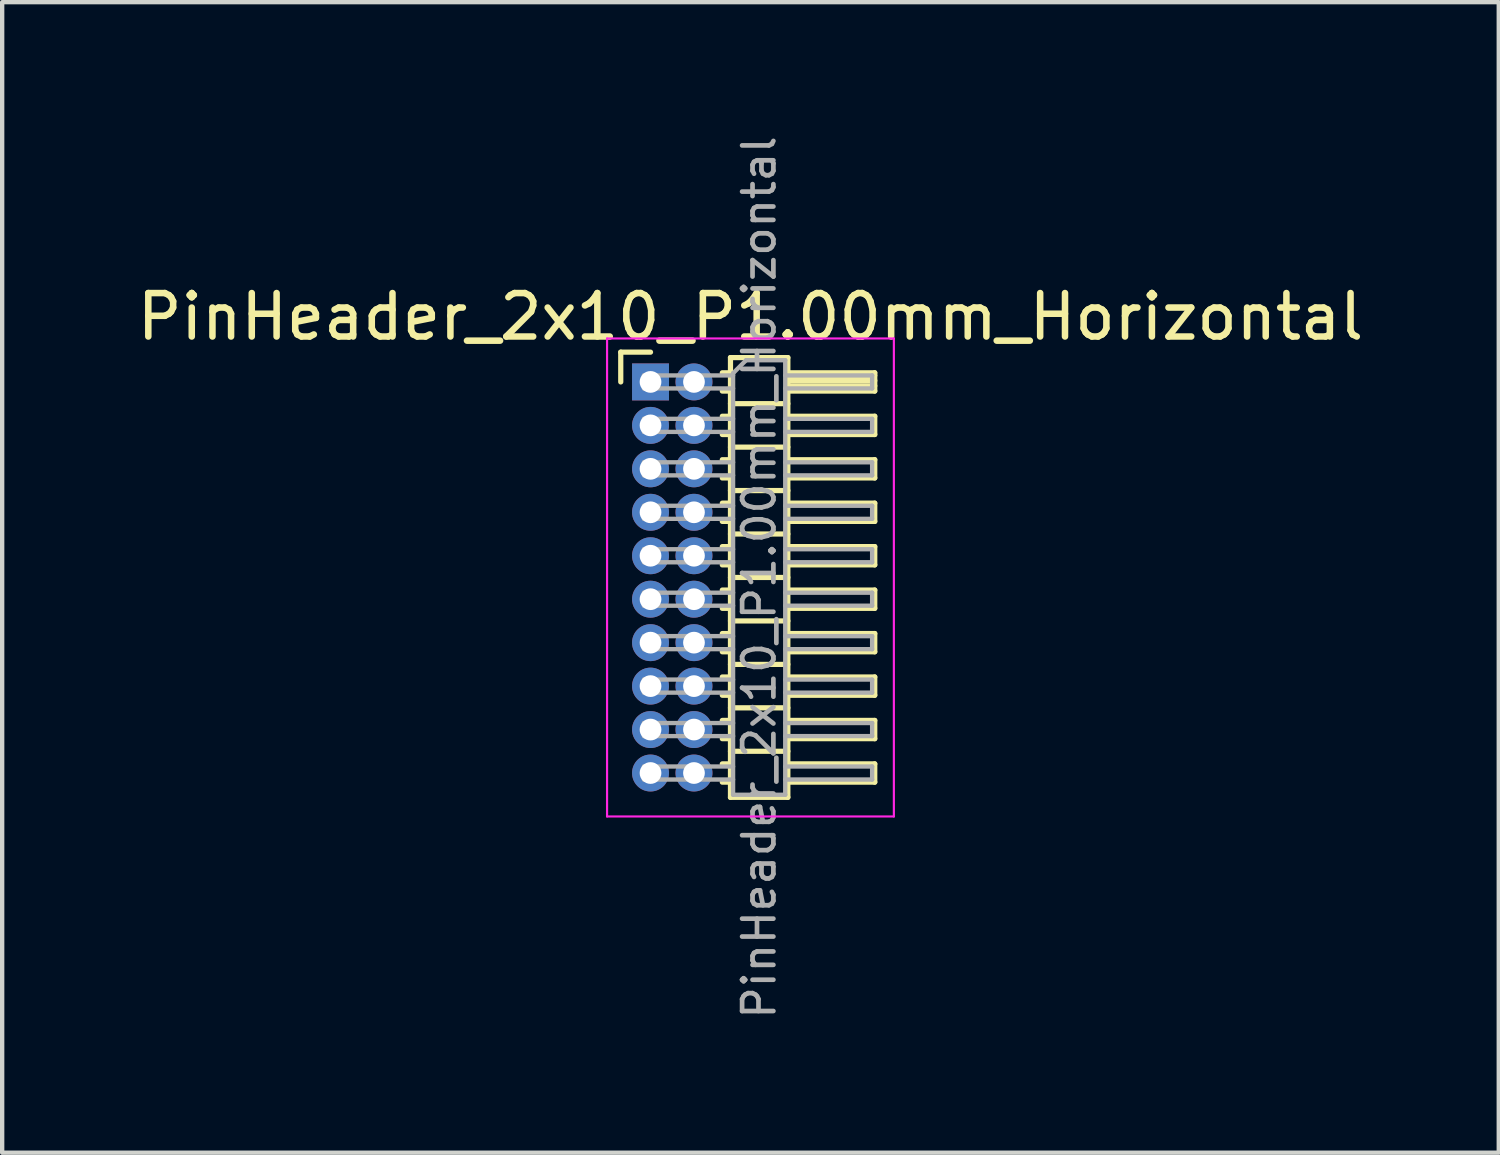
<source format=kicad_pcb>
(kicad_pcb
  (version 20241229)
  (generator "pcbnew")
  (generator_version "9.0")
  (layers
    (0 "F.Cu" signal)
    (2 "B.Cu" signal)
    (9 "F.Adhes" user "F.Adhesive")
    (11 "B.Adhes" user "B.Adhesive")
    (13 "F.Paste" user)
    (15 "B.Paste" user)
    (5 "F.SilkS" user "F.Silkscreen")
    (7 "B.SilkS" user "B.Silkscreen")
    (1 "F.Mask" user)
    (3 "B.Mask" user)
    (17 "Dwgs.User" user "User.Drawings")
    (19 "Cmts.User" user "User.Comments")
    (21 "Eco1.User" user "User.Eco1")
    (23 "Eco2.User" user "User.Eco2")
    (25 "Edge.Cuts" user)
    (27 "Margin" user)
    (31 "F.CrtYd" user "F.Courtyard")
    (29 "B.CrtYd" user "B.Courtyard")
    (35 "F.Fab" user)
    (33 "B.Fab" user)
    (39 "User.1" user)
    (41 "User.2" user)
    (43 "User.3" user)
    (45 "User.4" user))
  (footprint "PinHeader_2x10_P1.00mm_Horizontal"
    (layer "F.Cu")
    (at 11.92 5.739)
    (property "Reference" "PinHeader_2x10_P1.00mm_Horizontal" (at 2.3 -1.5 0) (layer "F.SilkS") (effects (font (size 1 1) (thickness 0.15))))
    (attr through_hole)
    (fp_line (start -0.685 -0.685) (end 0 -0.685) (stroke (width 0.12) (type solid)) (layer "F.SilkS"))
    (fp_line (start -0.685 0) (end -0.685 -0.685) (stroke (width 0.12) (type solid)) (layer "F.SilkS"))
    (fp_line (start 1.652 -0.21) (end 1.84 -0.21) (stroke (width 0.12) (type solid)) (layer "F.SilkS"))
    (fp_line (start 1.652 0.21) (end 1.84 0.21) (stroke (width 0.12) (type solid)) (layer "F.SilkS"))
    (fp_line (start 1.652 0.79) (end 1.84 0.79) (stroke (width 0.12) (type solid)) (layer "F.SilkS"))
    (fp_line (start 1.652 1.21) (end 1.84 1.21) (stroke (width 0.12) (type solid)) (layer "F.SilkS"))
    (fp_line (start 1.652 1.79) (end 1.84 1.79) (stroke (width 0.12) (type solid)) (layer "F.SilkS"))
    (fp_line (start 1.652 2.21) (end 1.84 2.21) (stroke (width 0.12) (type solid)) (layer "F.SilkS"))
    (fp_line (start 1.652 2.79) (end 1.84 2.79) (stroke (width 0.12) (type solid)) (layer "F.SilkS"))
    (fp_line (start 1.652 3.21) (end 1.84 3.21) (stroke (width 0.12) (type solid)) (layer "F.SilkS"))
    (fp_line (start 1.652 3.79) (end 1.84 3.79) (stroke (width 0.12) (type solid)) (layer "F.SilkS"))
    (fp_line (start 1.652 4.21) (end 1.84 4.21) (stroke (width 0.12) (type solid)) (layer "F.SilkS"))
    (fp_line (start 1.652 4.79) (end 1.84 4.79) (stroke (width 0.12) (type solid)) (layer "F.SilkS"))
    (fp_line (start 1.652 5.21) (end 1.84 5.21) (stroke (width 0.12) (type solid)) (layer "F.SilkS"))
    (fp_line (start 1.652 5.79) (end 1.84 5.79) (stroke (width 0.12) (type solid)) (layer "F.SilkS"))
    (fp_line (start 1.652 6.21) (end 1.84 6.21) (stroke (width 0.12) (type solid)) (layer "F.SilkS"))
    (fp_line (start 1.652 6.79) (end 1.84 6.79) (stroke (width 0.12) (type solid)) (layer "F.SilkS"))
    (fp_line (start 1.652 7.21) (end 1.84 7.21) (stroke (width 0.12) (type solid)) (layer "F.SilkS"))
    (fp_line (start 1.652 7.79) (end 1.84 7.79) (stroke (width 0.12) (type solid)) (layer "F.SilkS"))
    (fp_line (start 1.652 8.21) (end 1.84 8.21) (stroke (width 0.12) (type solid)) (layer "F.SilkS"))
    (fp_line (start 1.652 8.79) (end 1.84 8.79) (stroke (width 0.12) (type solid)) (layer "F.SilkS"))
    (fp_line (start 1.652 9.21) (end 1.84 9.21) (stroke (width 0.12) (type solid)) (layer "F.SilkS"))
    (fp_line (start 1.84 -0.56) (end 1.84 9.56) (stroke (width 0.12) (type solid)) (layer "F.SilkS"))
    (fp_line (start 1.84 0.5) (end 3.16 0.5) (stroke (width 0.12) (type solid)) (layer "F.SilkS"))
    (fp_line (start 1.84 1.5) (end 3.16 1.5) (stroke (width 0.12) (type solid)) (layer "F.SilkS"))
    (fp_line (start 1.84 2.5) (end 3.16 2.5) (stroke (width 0.12) (type solid)) (layer "F.SilkS"))
    (fp_line (start 1.84 3.5) (end 3.16 3.5) (stroke (width 0.12) (type solid)) (layer "F.SilkS"))
    (fp_line (start 1.84 4.5) (end 3.16 4.5) (stroke (width 0.12) (type solid)) (layer "F.SilkS"))
    (fp_line (start 1.84 5.5) (end 3.16 5.5) (stroke (width 0.12) (type solid)) (layer "F.SilkS"))
    (fp_line (start 1.84 6.5) (end 3.16 6.5) (stroke (width 0.12) (type solid)) (layer "F.SilkS"))
    (fp_line (start 1.84 7.5) (end 3.16 7.5) (stroke (width 0.12) (type solid)) (layer "F.SilkS"))
    (fp_line (start 1.84 8.5) (end 3.16 8.5) (stroke (width 0.12) (type solid)) (layer "F.SilkS"))
    (fp_line (start 1.84 9.56) (end 3.16 9.56) (stroke (width 0.12) (type solid)) (layer "F.SilkS"))
    (fp_line (start 3.16 -0.56) (end 1.84 -0.56) (stroke (width 0.12) (type solid)) (layer "F.SilkS"))
    (fp_line (start 3.16 -0.21) (end 5.16 -0.21) (stroke (width 0.12) (type solid)) (layer "F.SilkS"))
    (fp_line (start 3.16 -0.15) (end 5.16 -0.15) (stroke (width 0.12) (type solid)) (layer "F.SilkS"))
    (fp_line (start 3.16 -0.03) (end 5.16 -0.03) (stroke (width 0.12) (type solid)) (layer "F.SilkS"))
    (fp_line (start 3.16 0.09) (end 5.16 0.09) (stroke (width 0.12) (type solid)) (layer "F.SilkS"))
    (fp_line (start 3.16 0.79) (end 5.16 0.79) (stroke (width 0.12) (type solid)) (layer "F.SilkS"))
    (fp_line (start 3.16 1.79) (end 5.16 1.79) (stroke (width 0.12) (type solid)) (layer "F.SilkS"))
    (fp_line (start 3.16 2.79) (end 5.16 2.79) (stroke (width 0.12) (type solid)) (layer "F.SilkS"))
    (fp_line (start 3.16 3.79) (end 5.16 3.79) (stroke (width 0.12) (type solid)) (layer "F.SilkS"))
    (fp_line (start 3.16 4.79) (end 5.16 4.79) (stroke (width 0.12) (type solid)) (layer "F.SilkS"))
    (fp_line (start 3.16 5.79) (end 5.16 5.79) (stroke (width 0.12) (type solid)) (layer "F.SilkS"))
    (fp_line (start 3.16 6.79) (end 5.16 6.79) (stroke (width 0.12) (type solid)) (layer "F.SilkS"))
    (fp_line (start 3.16 7.79) (end 5.16 7.79) (stroke (width 0.12) (type solid)) (layer "F.SilkS"))
    (fp_line (start 3.16 8.79) (end 5.16 8.79) (stroke (width 0.12) (type solid)) (layer "F.SilkS"))
    (fp_line (start 3.16 9.56) (end 3.16 -0.56) (stroke (width 0.12) (type solid)) (layer "F.SilkS"))
    (fp_line (start 5.16 -0.21) (end 5.16 0.21) (stroke (width 0.12) (type solid)) (layer "F.SilkS"))
    (fp_line (start 5.16 0.21) (end 3.16 0.21) (stroke (width 0.12) (type solid)) (layer "F.SilkS"))
    (fp_line (start 5.16 0.79) (end 5.16 1.21) (stroke (width 0.12) (type solid)) (layer "F.SilkS"))
    (fp_line (start 5.16 1.21) (end 3.16 1.21) (stroke (width 0.12) (type solid)) (layer "F.SilkS"))
    (fp_line (start 5.16 1.79) (end 5.16 2.21) (stroke (width 0.12) (type solid)) (layer "F.SilkS"))
    (fp_line (start 5.16 2.21) (end 3.16 2.21) (stroke (width 0.12) (type solid)) (layer "F.SilkS"))
    (fp_line (start 5.16 2.79) (end 5.16 3.21) (stroke (width 0.12) (type solid)) (layer "F.SilkS"))
    (fp_line (start 5.16 3.21) (end 3.16 3.21) (stroke (width 0.12) (type solid)) (layer "F.SilkS"))
    (fp_line (start 5.16 3.79) (end 5.16 4.21) (stroke (width 0.12) (type solid)) (layer "F.SilkS"))
    (fp_line (start 5.16 4.21) (end 3.16 4.21) (stroke (width 0.12) (type solid)) (layer "F.SilkS"))
    (fp_line (start 5.16 4.79) (end 5.16 5.21) (stroke (width 0.12) (type solid)) (layer "F.SilkS"))
    (fp_line (start 5.16 5.21) (end 3.16 5.21) (stroke (width 0.12) (type solid)) (layer "F.SilkS"))
    (fp_line (start 5.16 5.79) (end 5.16 6.21) (stroke (width 0.12) (type solid)) (layer "F.SilkS"))
    (fp_line (start 5.16 6.21) (end 3.16 6.21) (stroke (width 0.12) (type solid)) (layer "F.SilkS"))
    (fp_line (start 5.16 6.79) (end 5.16 7.21) (stroke (width 0.12) (type solid)) (layer "F.SilkS"))
    (fp_line (start 5.16 7.21) (end 3.16 7.21) (stroke (width 0.12) (type solid)) (layer "F.SilkS"))
    (fp_line (start 5.16 7.79) (end 5.16 8.21) (stroke (width 0.12) (type solid)) (layer "F.SilkS"))
    (fp_line (start 5.16 8.21) (end 3.16 8.21) (stroke (width 0.12) (type solid)) (layer "F.SilkS"))
    (fp_line (start 5.16 8.79) (end 5.16 9.21) (stroke (width 0.12) (type solid)) (layer "F.SilkS"))
    (fp_line (start 5.16 9.21) (end 3.16 9.21) (stroke (width 0.12) (type solid)) (layer "F.SilkS"))
    (fp_line (start -1 -1) (end -1 10) (stroke (width 0.05) (type solid)) (layer "F.CrtYd"))
    (fp_line (start -1 10) (end 5.6 10) (stroke (width 0.05) (type solid)) (layer "F.CrtYd"))
    (fp_line (start 5.6 -1) (end -1 -1) (stroke (width 0.05) (type solid)) (layer "F.CrtYd"))
    (fp_line (start 5.6 10) (end 5.6 -1) (stroke (width 0.05) (type solid)) (layer "F.CrtYd"))
    (fp_line (start -0.15 -0.15) (end -0.15 0.15) (stroke (width 0.1) (type solid)) (layer "F.Fab"))
    (fp_line (start -0.15 -0.15) (end 1.9 -0.15) (stroke (width 0.1) (type solid)) (layer "F.Fab"))
    (fp_line (start -0.15 0.15) (end 1.9 0.15) (stroke (width 0.1) (type solid)) (layer "F.Fab"))
    (fp_line (start -0.15 0.85) (end -0.15 1.15) (stroke (width 0.1) (type solid)) (layer "F.Fab"))
    (fp_line (start -0.15 0.85) (end 1.9 0.85) (stroke (width 0.1) (type solid)) (layer "F.Fab"))
    (fp_line (start -0.15 1.15) (end 1.9 1.15) (stroke (width 0.1) (type solid)) (layer "F.Fab"))
    (fp_line (start -0.15 1.85) (end -0.15 2.15) (stroke (width 0.1) (type solid)) (layer "F.Fab"))
    (fp_line (start -0.15 1.85) (end 1.9 1.85) (stroke (width 0.1) (type solid)) (layer "F.Fab"))
    (fp_line (start -0.15 2.15) (end 1.9 2.15) (stroke (width 0.1) (type solid)) (layer "F.Fab"))
    (fp_line (start -0.15 2.85) (end -0.15 3.15) (stroke (width 0.1) (type solid)) (layer "F.Fab"))
    (fp_line (start -0.15 2.85) (end 1.9 2.85) (stroke (width 0.1) (type solid)) (layer "F.Fab"))
    (fp_line (start -0.15 3.15) (end 1.9 3.15) (stroke (width 0.1) (type solid)) (layer "F.Fab"))
    (fp_line (start -0.15 3.85) (end -0.15 4.15) (stroke (width 0.1) (type solid)) (layer "F.Fab"))
    (fp_line (start -0.15 3.85) (end 1.9 3.85) (stroke (width 0.1) (type solid)) (layer "F.Fab"))
    (fp_line (start -0.15 4.15) (end 1.9 4.15) (stroke (width 0.1) (type solid)) (layer "F.Fab"))
    (fp_line (start -0.15 4.85) (end -0.15 5.15) (stroke (width 0.1) (type solid)) (layer "F.Fab"))
    (fp_line (start -0.15 4.85) (end 1.9 4.85) (stroke (width 0.1) (type solid)) (layer "F.Fab"))
    (fp_line (start -0.15 5.15) (end 1.9 5.15) (stroke (width 0.1) (type solid)) (layer "F.Fab"))
    (fp_line (start -0.15 5.85) (end -0.15 6.15) (stroke (width 0.1) (type solid)) (layer "F.Fab"))
    (fp_line (start -0.15 5.85) (end 1.9 5.85) (stroke (width 0.1) (type solid)) (layer "F.Fab"))
    (fp_line (start -0.15 6.15) (end 1.9 6.15) (stroke (width 0.1) (type solid)) (layer "F.Fab"))
    (fp_line (start -0.15 6.85) (end -0.15 7.15) (stroke (width 0.1) (type solid)) (layer "F.Fab"))
    (fp_line (start -0.15 6.85) (end 1.9 6.85) (stroke (width 0.1) (type solid)) (layer "F.Fab"))
    (fp_line (start -0.15 7.15) (end 1.9 7.15) (stroke (width 0.1) (type solid)) (layer "F.Fab"))
    (fp_line (start -0.15 7.85) (end -0.15 8.15) (stroke (width 0.1) (type solid)) (layer "F.Fab"))
    (fp_line (start -0.15 7.85) (end 1.9 7.85) (stroke (width 0.1) (type solid)) (layer "F.Fab"))
    (fp_line (start -0.15 8.15) (end 1.9 8.15) (stroke (width 0.1) (type solid)) (layer "F.Fab"))
    (fp_line (start -0.15 8.85) (end -0.15 9.15) (stroke (width 0.1) (type solid)) (layer "F.Fab"))
    (fp_line (start -0.15 8.85) (end 1.9 8.85) (stroke (width 0.1) (type solid)) (layer "F.Fab"))
    (fp_line (start -0.15 9.15) (end 1.9 9.15) (stroke (width 0.1) (type solid)) (layer "F.Fab"))
    (fp_line (start 1.9 -0.2) (end 2.2 -0.5) (stroke (width 0.1) (type solid)) (layer "F.Fab"))
    (fp_line (start 1.9 9.5) (end 1.9 -0.2) (stroke (width 0.1) (type solid)) (layer "F.Fab"))
    (fp_line (start 2.2 -0.5) (end 3.1 -0.5) (stroke (width 0.1) (type solid)) (layer "F.Fab"))
    (fp_line (start 3.1 -0.5) (end 3.1 9.5) (stroke (width 0.1) (type solid)) (layer "F.Fab"))
    (fp_line (start 3.1 -0.15) (end 5.1 -0.15) (stroke (width 0.1) (type solid)) (layer "F.Fab"))
    (fp_line (start 3.1 0.15) (end 5.1 0.15) (stroke (width 0.1) (type solid)) (layer "F.Fab"))
    (fp_line (start 3.1 0.85) (end 5.1 0.85) (stroke (width 0.1) (type solid)) (layer "F.Fab"))
    (fp_line (start 3.1 1.15) (end 5.1 1.15) (stroke (width 0.1) (type solid)) (layer "F.Fab"))
    (fp_line (start 3.1 1.85) (end 5.1 1.85) (stroke (width 0.1) (type solid)) (layer "F.Fab"))
    (fp_line (start 3.1 2.15) (end 5.1 2.15) (stroke (width 0.1) (type solid)) (layer "F.Fab"))
    (fp_line (start 3.1 2.85) (end 5.1 2.85) (stroke (width 0.1) (type solid)) (layer "F.Fab"))
    (fp_line (start 3.1 3.15) (end 5.1 3.15) (stroke (width 0.1) (type solid)) (layer "F.Fab"))
    (fp_line (start 3.1 3.85) (end 5.1 3.85) (stroke (width 0.1) (type solid)) (layer "F.Fab"))
    (fp_line (start 3.1 4.15) (end 5.1 4.15) (stroke (width 0.1) (type solid)) (layer "F.Fab"))
    (fp_line (start 3.1 4.85) (end 5.1 4.85) (stroke (width 0.1) (type solid)) (layer "F.Fab"))
    (fp_line (start 3.1 5.15) (end 5.1 5.15) (stroke (width 0.1) (type solid)) (layer "F.Fab"))
    (fp_line (start 3.1 5.85) (end 5.1 5.85) (stroke (width 0.1) (type solid)) (layer "F.Fab"))
    (fp_line (start 3.1 6.15) (end 5.1 6.15) (stroke (width 0.1) (type solid)) (layer "F.Fab"))
    (fp_line (start 3.1 6.85) (end 5.1 6.85) (stroke (width 0.1) (type solid)) (layer "F.Fab"))
    (fp_line (start 3.1 7.15) (end 5.1 7.15) (stroke (width 0.1) (type solid)) (layer "F.Fab"))
    (fp_line (start 3.1 7.85) (end 5.1 7.85) (stroke (width 0.1) (type solid)) (layer "F.Fab"))
    (fp_line (start 3.1 8.15) (end 5.1 8.15) (stroke (width 0.1) (type solid)) (layer "F.Fab"))
    (fp_line (start 3.1 8.85) (end 5.1 8.85) (stroke (width 0.1) (type solid)) (layer "F.Fab"))
    (fp_line (start 3.1 9.15) (end 5.1 9.15) (stroke (width 0.1) (type solid)) (layer "F.Fab"))
    (fp_line (start 3.1 9.5) (end 1.9 9.5) (stroke (width 0.1) (type solid)) (layer "F.Fab"))
    (fp_line (start 5.1 -0.15) (end 5.1 0.15) (stroke (width 0.1) (type solid)) (layer "F.Fab"))
    (fp_line (start 5.1 0.85) (end 5.1 1.15) (stroke (width 0.1) (type solid)) (layer "F.Fab"))
    (fp_line (start 5.1 1.85) (end 5.1 2.15) (stroke (width 0.1) (type solid)) (layer "F.Fab"))
    (fp_line (start 5.1 2.85) (end 5.1 3.15) (stroke (width 0.1) (type solid)) (layer "F.Fab"))
    (fp_line (start 5.1 3.85) (end 5.1 4.15) (stroke (width 0.1) (type solid)) (layer "F.Fab"))
    (fp_line (start 5.1 4.85) (end 5.1 5.15) (stroke (width 0.1) (type solid)) (layer "F.Fab"))
    (fp_line (start 5.1 5.85) (end 5.1 6.15) (stroke (width 0.1) (type solid)) (layer "F.Fab"))
    (fp_line (start 5.1 6.85) (end 5.1 7.15) (stroke (width 0.1) (type solid)) (layer "F.Fab"))
    (fp_line (start 5.1 7.85) (end 5.1 8.15) (stroke (width 0.1) (type solid)) (layer "F.Fab"))
    (fp_line (start 5.1 8.85) (end 5.1 9.15) (stroke (width 0.1) (type solid)) (layer "F.Fab"))
    (fp_text user "${REFERENCE}" (at 2.5 4.5 90) (layer "F.Fab") (effects (font (size 0.72 0.72) (thickness 0.108))))
    (pad "1" thru_hole rect (at 0 0) (size 0.85 0.85) (drill 0.5) (layers "*.Cu" "*.Mask"))
    (pad "2" thru_hole oval (at 1 0) (size 0.85 0.85) (drill 0.5) (layers "*.Cu" "*.Mask"))
    (pad "3" thru_hole oval (at 0 1) (size 0.85 0.85) (drill 0.5) (layers "*.Cu" "*.Mask"))
    (pad "4" thru_hole oval (at 1 1) (size 0.85 0.85) (drill 0.5) (layers "*.Cu" "*.Mask"))
    (pad "5" thru_hole oval (at 0 2) (size 0.85 0.85) (drill 0.5) (layers "*.Cu" "*.Mask"))
    (pad "6" thru_hole oval (at 1 2) (size 0.85 0.85) (drill 0.5) (layers "*.Cu" "*.Mask"))
    (pad "7" thru_hole oval (at 0 3) (size 0.85 0.85) (drill 0.5) (layers "*.Cu" "*.Mask"))
    (pad "8" thru_hole oval (at 1 3) (size 0.85 0.85) (drill 0.5) (layers "*.Cu" "*.Mask"))
    (pad "9" thru_hole oval (at 0 4) (size 0.85 0.85) (drill 0.5) (layers "*.Cu" "*.Mask"))
    (pad "10" thru_hole oval (at 1 4) (size 0.85 0.85) (drill 0.5) (layers "*.Cu" "*.Mask"))
    (pad "11" thru_hole oval (at 0 5) (size 0.85 0.85) (drill 0.5) (layers "*.Cu" "*.Mask"))
    (pad "12" thru_hole oval (at 1 5) (size 0.85 0.85) (drill 0.5) (layers "*.Cu" "*.Mask"))
    (pad "13" thru_hole oval (at 0 6) (size 0.85 0.85) (drill 0.5) (layers "*.Cu" "*.Mask"))
    (pad "14" thru_hole oval (at 1 6) (size 0.85 0.85) (drill 0.5) (layers "*.Cu" "*.Mask"))
    (pad "15" thru_hole oval (at 0 7) (size 0.85 0.85) (drill 0.5) (layers "*.Cu" "*.Mask"))
    (pad "16" thru_hole oval (at 1 7) (size 0.85 0.85) (drill 0.5) (layers "*.Cu" "*.Mask"))
    (pad "17" thru_hole oval (at 0 8) (size 0.85 0.85) (drill 0.5) (layers "*.Cu" "*.Mask"))
    (pad "18" thru_hole oval (at 1 8) (size 0.85 0.85) (drill 0.5) (layers "*.Cu" "*.Mask"))
    (pad "19" thru_hole oval (at 0 9) (size 0.85 0.85) (drill 0.5) (layers "*.Cu" "*.Mask"))
    (pad "20" thru_hole oval (at 1 9) (size 0.85 0.85) (drill 0.5) (layers "*.Cu" "*.Mask")))
  (gr_rect
    (start -3 -3)
    (end 31.44 23.477)
    (stroke (width 0.1) (type default))
    (fill no)
    (layer "Edge.Cuts")))
</source>
